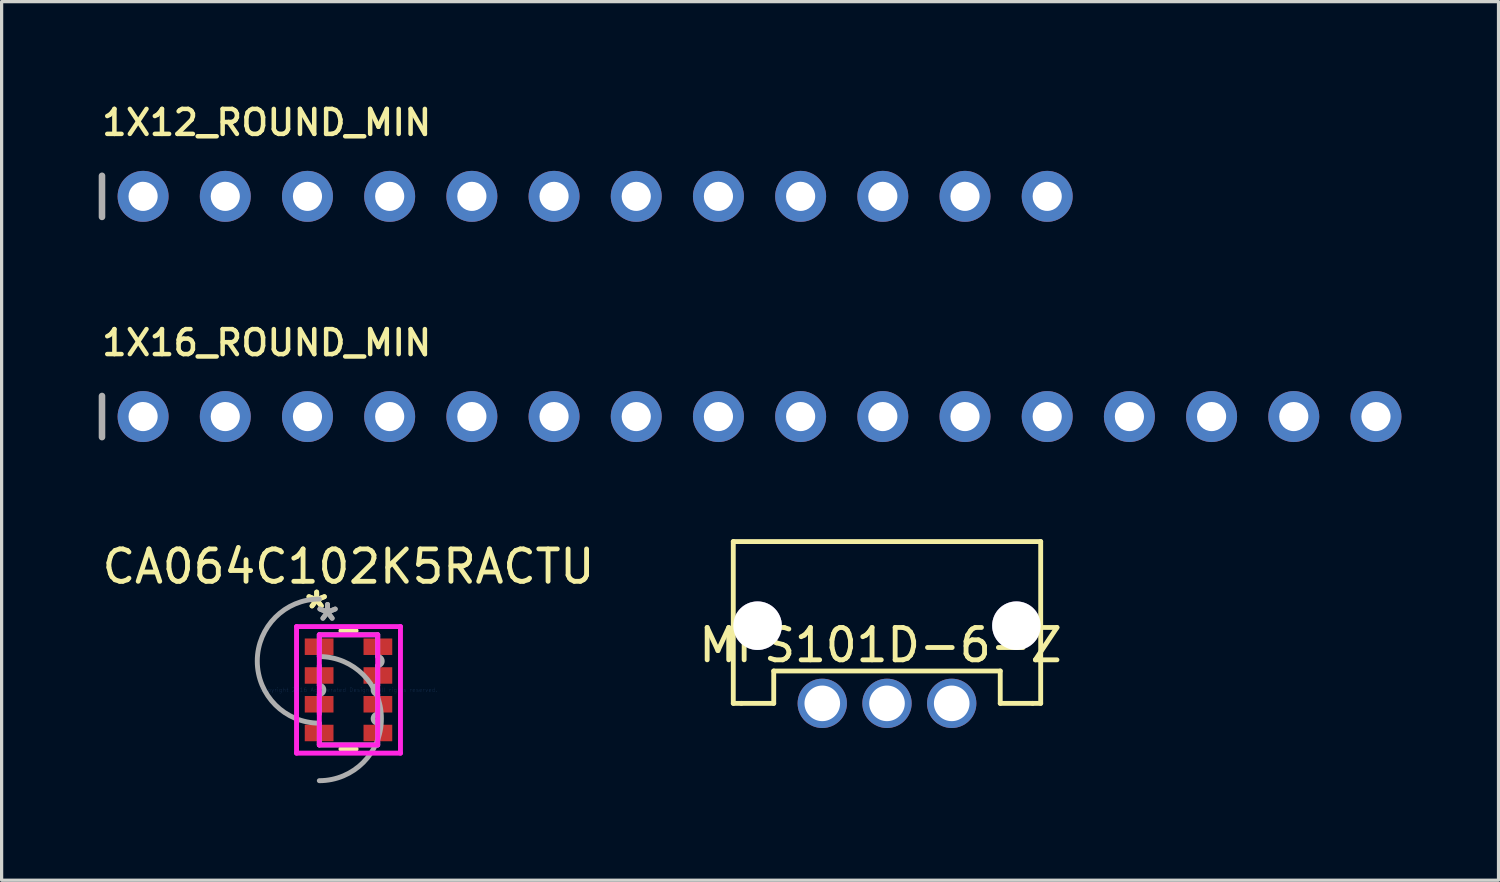
<source format=kicad_pcb>
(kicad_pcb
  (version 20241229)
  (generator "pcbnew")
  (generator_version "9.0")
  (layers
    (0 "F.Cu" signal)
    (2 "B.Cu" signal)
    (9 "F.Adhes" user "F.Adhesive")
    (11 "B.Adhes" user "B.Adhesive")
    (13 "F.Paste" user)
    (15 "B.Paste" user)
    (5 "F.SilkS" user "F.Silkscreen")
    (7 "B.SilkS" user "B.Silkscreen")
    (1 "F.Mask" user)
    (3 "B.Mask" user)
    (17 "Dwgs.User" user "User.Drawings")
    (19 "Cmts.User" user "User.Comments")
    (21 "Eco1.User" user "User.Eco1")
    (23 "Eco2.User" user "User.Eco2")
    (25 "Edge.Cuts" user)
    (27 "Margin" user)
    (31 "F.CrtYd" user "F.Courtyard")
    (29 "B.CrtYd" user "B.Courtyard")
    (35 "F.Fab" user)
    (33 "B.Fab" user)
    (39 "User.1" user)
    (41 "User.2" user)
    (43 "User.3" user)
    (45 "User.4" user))
  (footprint "CA064C102K5RACTU"
    (layer "F.Cu")
    (at 7.72 18.269)
    (property "Reference" "CA064C102K5RACTU" (at 0 -3.81 0) (layer "F.SilkS") (effects (font (size 1 1) (thickness 0.15))))
    (attr through_hole)
    (fp_line (start -0.234 1.829) (end 0.234 1.829) (stroke (width 0.152) (type solid)) (layer "F.SilkS"))
    (fp_line (start 0.234 -1.829) (end -0.234 -1.829) (stroke (width 0.152) (type solid)) (layer "F.SilkS"))
    (fp_line (start -1.606 -1.956) (end 1.606 -1.956) (stroke (width 0.152) (type solid)) (layer "F.CrtYd"))
    (fp_line (start -1.606 1.956) (end -1.606 -1.956) (stroke (width 0.152) (type solid)) (layer "F.CrtYd"))
    (fp_line (start -0.902 -1.702) (end 0.902 -1.702) (stroke (width 0.152) (type solid)) (layer "F.CrtYd"))
    (fp_line (start -0.902 1.702) (end -0.902 -1.702) (stroke (width 0.152) (type solid)) (layer "F.CrtYd"))
    (fp_line (start 0.902 -1.702) (end 0.902 1.702) (stroke (width 0.152) (type solid)) (layer "F.CrtYd"))
    (fp_line (start 0.902 1.702) (end -0.902 1.702) (stroke (width 0.152) (type solid)) (layer "F.CrtYd"))
    (fp_line (start 1.606 -1.956) (end 1.606 1.956) (stroke (width 0.152) (type solid)) (layer "F.CrtYd"))
    (fp_line (start 1.606 1.956) (end -1.606 1.956) (stroke (width 0.152) (type solid)) (layer "F.CrtYd"))
    (fp_line (start -0.902 -1.702) (end -0.902 -1.638) (stroke (width 0.152) (type solid)) (layer "F.Fab"))
    (fp_line (start -0.902 -1.638) (end -0.902 -1.029) (stroke (width 0.152) (type solid)) (layer "F.Fab"))
    (fp_line (start -0.902 -0.749) (end -0.902 -0.14) (stroke (width 0.152) (type solid)) (layer "F.Fab"))
    (fp_line (start -0.902 0.14) (end -0.902 0.749) (stroke (width 0.152) (type solid)) (layer "F.Fab"))
    (fp_line (start -0.902 1.029) (end -0.902 1.638) (stroke (width 0.152) (type solid)) (layer "F.Fab"))
    (fp_line (start -0.902 1.638) (end -0.902 1.702) (stroke (width 0.152) (type solid)) (layer "F.Fab"))
    (fp_line (start -0.902 1.702) (end 0.902 1.702) (stroke (width 0.152) (type solid)) (layer "F.Fab"))
    (fp_line (start 0.902 -1.702) (end -0.902 -1.702) (stroke (width 0.152) (type solid)) (layer "F.Fab"))
    (fp_line (start 0.902 -1.702) (end 0.902 -1.638) (stroke (width 0.152) (type solid)) (layer "F.Fab"))
    (fp_line (start 0.902 -1.638) (end 0.902 -1.029) (stroke (width 0.152) (type solid)) (layer "F.Fab"))
    (fp_line (start 0.902 -0.749) (end 0.902 -0.14) (stroke (width 0.152) (type solid)) (layer "F.Fab"))
    (fp_line (start 0.902 0.14) (end 0.902 0.749) (stroke (width 0.152) (type solid)) (layer "F.Fab"))
    (fp_line (start 0.902 1.029) (end 0.902 1.638) (stroke (width 0.152) (type solid)) (layer "F.Fab"))
    (fp_line (start 0.902 1.638) (end 0.902 1.702) (stroke (width 0.152) (type solid)) (layer "F.Fab"))
    (fp_arc (start -0.9017 -1.0287) (mid 1.016 0.889) (end -0.9017 2.8067) (stroke (width 0.1524) (type solid)) (layer "F.Fab"))
    (fp_arc (start -0.9017 -0.1397) (mid -0.762 0) (end -0.9017 0.1397) (stroke (width 0.1524) (type solid)) (layer "F.Fab"))
    (fp_arc (start -0.9017 1.0287) (mid -2.8194 -0.889) (end -0.9017 -2.8067) (stroke (width 0.1524) (type solid)) (layer "F.Fab"))
    (fp_arc (start 0.9017 -1.0287) (mid 1.0414 -0.889) (end 0.9017 -0.7493) (stroke (width 0.1524) (type solid)) (layer "F.Fab"))
    (fp_arc (start 0.9017 0.1397) (mid 0.762 0) (end 0.9017 -0.1397) (stroke (width 0.1524) (type solid)) (layer "F.Fab"))
    (fp_arc (start 0.9017 1.0287) (mid 0.762 0.889) (end 0.9017 0.7493) (stroke (width 0.1524) (type solid)) (layer "F.Fab"))
    (fp_text user "*" (at -0.984 -2.477 0) (layer "F.SilkS") (effects (font (size 1 1) (thickness 0.15))))
    (fp_text user "*" (at -0.984 -2.477 0) (layer "F.SilkS") (effects (font (size 1 1) (thickness 0.15))))
    (fp_text user "Copyright 2016 Accelerated Designs. All rights reserved." (at 0 0 0) (layer "Cmts.User") (effects (font (size 0.127 0.127) (thickness 0.002))))
    (fp_text user "*" (at -0.648 -2.096 0) (layer "F.Fab") (effects (font (size 1 1) (thickness 0.15))))
    (fp_text user "*" (at -0.648 -2.096 0) (layer "F.Fab") (effects (font (size 1 1) (thickness 0.15))))
    (pad "1" smd rect (at -0.908 -1.333) (size 0.888 0.51) (layers "F.Cu" "F.Mask" "F.Paste"))
    (pad "2" smd rect (at -0.908 -0.445) (size 0.888 0.51) (layers "F.Cu" "F.Mask" "F.Paste"))
    (pad "3" smd rect (at -0.908 0.445) (size 0.888 0.51) (layers "F.Cu" "F.Mask" "F.Paste"))
    (pad "4" smd rect (at -0.908 1.333) (size 0.888 0.51) (layers "F.Cu" "F.Mask" "F.Paste"))
    (pad "5" smd rect (at 0.908 1.333) (size 0.888 0.51) (layers "F.Cu" "F.Mask" "F.Paste"))
    (pad "6" smd rect (at 0.908 0.445) (size 0.888 0.51) (layers "F.Cu" "F.Mask" "F.Paste"))
    (pad "7" smd rect (at 0.908 -0.445) (size 0.888 0.51) (layers "F.Cu" "F.Mask" "F.Paste"))
    (pad "8" smd rect (at 0.908 -1.333) (size 0.888 0.51) (layers "F.Cu" "F.Mask" "F.Paste")))
  (footprint "MFS101D-6-Z"
    (layer "F.Cu")
    (at 24.361 18.686)
    (property "Reference" "MFS101D-6-Z" (at -0.2 -1.8 0) (layer "F.SilkS") (effects (font (size 1 1) (thickness 0.15))))
    (attr through_hole)
    (fp_line (start -4.75 -5) (end -4.75 0) (stroke (width 0.15) (type solid)) (layer "F.SilkS"))
    (fp_line (start -4.75 -5) (end 4.75 -5) (stroke (width 0.15) (type solid)) (layer "F.SilkS"))
    (fp_line (start -4.75 0) (end -4.5 0) (stroke (width 0.15) (type solid)) (layer "F.SilkS"))
    (fp_line (start -4.5 0) (end -3.5 0) (stroke (width 0.15) (type solid)) (layer "F.SilkS"))
    (fp_line (start -3.5 -1) (end 3.5 -1) (stroke (width 0.15) (type solid)) (layer "F.SilkS"))
    (fp_line (start -3.5 0) (end -3.5 -1) (stroke (width 0.15) (type solid)) (layer "F.SilkS"))
    (fp_line (start 3.5 -1) (end 3.5 0) (stroke (width 0.15) (type solid)) (layer "F.SilkS"))
    (fp_line (start 3.5 0) (end 4.5 0) (stroke (width 0.15) (type solid)) (layer "F.SilkS"))
    (fp_line (start 4.5 0) (end 4.75 0) (stroke (width 0.15) (type solid)) (layer "F.SilkS"))
    (fp_line (start 4.75 0) (end 4.75 -5) (stroke (width 0.15) (type solid)) (layer "F.SilkS"))
    (pad "" thru_hole circle (at -4 -2.4) (size 1.5 1.5) (drill 1.5) (layers "*.Cu" "*.Mask"))
    (pad "" thru_hole circle (at 4 -2.4) (size 1.5 1.5) (drill 1.5) (layers "*.Cu" "*.Mask"))
    (pad "1" thru_hole circle (at 2 0) (size 1.524 1.524) (drill 1.1) (layers "*.Cu" "*.Mask"))
    (pad "2" thru_hole circle (at 0 0) (size 1.524 1.524) (drill 1.1) (layers "*.Cu" "*.Mask"))
    (pad "3" thru_hole circle (at -2 0) (size 1.524 1.524) (drill 1.1) (layers "*.Cu" "*.Mask")))
  (footprint "1X12_ROUND_MIN"
    (layer "F.Cu")
    (at 15.342 3.018)
    (property "Reference" "1X12_ROUND_MIN" (at -15.316 -1.829 0) (layer "F.SilkS") (effects (font (size 0.772 0.772) (thickness 0.139)) (justify left bottom)))
    (attr through_hole)
    (fp_line (start -15.24 -0.635) (end -15.24 0.635) (stroke (width 0.203) (type solid)) (layer "F.Fab"))
    (fp_poly (pts (xy -14.224 0.254) (xy -13.716 0.254) (xy -13.716 -0.254) (xy -14.224 -0.254)) (stroke (width 0.1) (type solid)) (fill no) (layer "F.Fab"))
    (fp_poly (pts (xy -11.684 0.254) (xy -11.176 0.254) (xy -11.176 -0.254) (xy -11.684 -0.254)) (stroke (width 0.1) (type solid)) (fill no) (layer "F.Fab"))
    (fp_poly (pts (xy -9.144 0.254) (xy -8.636 0.254) (xy -8.636 -0.254) (xy -9.144 -0.254)) (stroke (width 0.1) (type solid)) (fill no) (layer "F.Fab"))
    (fp_poly (pts (xy -6.604 0.254) (xy -6.096 0.254) (xy -6.096 -0.254) (xy -6.604 -0.254)) (stroke (width 0.1) (type solid)) (fill no) (layer "F.Fab"))
    (fp_poly (pts (xy -4.064 0.254) (xy -3.556 0.254) (xy -3.556 -0.254) (xy -4.064 -0.254)) (stroke (width 0.1) (type solid)) (fill no) (layer "F.Fab"))
    (fp_poly (pts (xy -1.524 0.254) (xy -1.016 0.254) (xy -1.016 -0.254) (xy -1.524 -0.254)) (stroke (width 0.1) (type solid)) (fill no) (layer "F.Fab"))
    (fp_poly (pts (xy 1.016 0.254) (xy 1.524 0.254) (xy 1.524 -0.254) (xy 1.016 -0.254)) (stroke (width 0.1) (type solid)) (fill no) (layer "F.Fab"))
    (fp_poly (pts (xy 3.556 0.254) (xy 4.064 0.254) (xy 4.064 -0.254) (xy 3.556 -0.254)) (stroke (width 0.1) (type solid)) (fill no) (layer "F.Fab"))
    (fp_poly (pts (xy 6.096 0.254) (xy 6.604 0.254) (xy 6.604 -0.254) (xy 6.096 -0.254)) (stroke (width 0.1) (type solid)) (fill no) (layer "F.Fab"))
    (fp_poly (pts (xy 8.636 0.254) (xy 9.144 0.254) (xy 9.144 -0.254) (xy 8.636 -0.254)) (stroke (width 0.1) (type solid)) (fill no) (layer "F.Fab"))
    (fp_poly (pts (xy 11.176 0.254) (xy 11.684 0.254) (xy 11.684 -0.254) (xy 11.176 -0.254)) (stroke (width 0.1) (type solid)) (fill no) (layer "F.Fab"))
    (fp_poly (pts (xy 13.716 0.254) (xy 14.224 0.254) (xy 14.224 -0.254) (xy 13.716 -0.254)) (stroke (width 0.1) (type solid)) (fill no) (layer "F.Fab"))
    (pad "1" thru_hole circle (at -13.97 0 90) (size 1.575 1.575) (drill 0.9) (layers "*.Cu" "*.Mask"))
    (pad "2" thru_hole circle (at -11.43 0 90) (size 1.575 1.575) (drill 0.9) (layers "*.Cu" "*.Mask"))
    (pad "3" thru_hole circle (at -8.89 0 90) (size 1.575 1.575) (drill 0.9) (layers "*.Cu" "*.Mask"))
    (pad "4" thru_hole circle (at -6.35 0 90) (size 1.575 1.575) (drill 0.9) (layers "*.Cu" "*.Mask"))
    (pad "5" thru_hole circle (at -3.81 0 90) (size 1.575 1.575) (drill 0.9) (layers "*.Cu" "*.Mask"))
    (pad "6" thru_hole circle (at -1.27 0 90) (size 1.575 1.575) (drill 0.9) (layers "*.Cu" "*.Mask"))
    (pad "7" thru_hole circle (at 1.27 0 90) (size 1.575 1.575) (drill 0.9) (layers "*.Cu" "*.Mask"))
    (pad "8" thru_hole circle (at 3.81 0 90) (size 1.575 1.575) (drill 0.9) (layers "*.Cu" "*.Mask"))
    (pad "9" thru_hole circle (at 6.35 0 90) (size 1.575 1.575) (drill 0.9) (layers "*.Cu" "*.Mask"))
    (pad "10" thru_hole circle (at 8.89 0 90) (size 1.575 1.575) (drill 0.9) (layers "*.Cu" "*.Mask"))
    (pad "11" thru_hole circle (at 11.43 0 90) (size 1.575 1.575) (drill 0.9) (layers "*.Cu" "*.Mask"))
    (pad "12" thru_hole circle (at 13.97 0 90) (size 1.575 1.575) (drill 0.9) (layers "*.Cu" "*.Mask")))
  (footprint "1X16_ROUND_MIN"
    (layer "F.Cu")
    (at 20.422 9.823)
    (property "Reference" "1X16_ROUND_MIN" (at -20.396 -1.829 180) (layer "F.SilkS") (effects (font (size 0.772 0.772) (thickness 0.139)) (justify left bottom)))
    (attr through_hole)
    (fp_line (start -20.32 -0.635) (end -20.32 0.635) (stroke (width 0.203) (type solid)) (layer "F.Fab"))
    (fp_poly (pts (xy -19.304 0.254) (xy -18.796 0.254) (xy -18.796 -0.254) (xy -19.304 -0.254)) (stroke (width 0.1) (type solid)) (fill no) (layer "F.Fab"))
    (fp_poly (pts (xy -16.764 0.254) (xy -16.256 0.254) (xy -16.256 -0.254) (xy -16.764 -0.254)) (stroke (width 0.1) (type solid)) (fill no) (layer "F.Fab"))
    (fp_poly (pts (xy -14.224 0.254) (xy -13.716 0.254) (xy -13.716 -0.254) (xy -14.224 -0.254)) (stroke (width 0.1) (type solid)) (fill no) (layer "F.Fab"))
    (fp_poly (pts (xy -11.684 0.254) (xy -11.176 0.254) (xy -11.176 -0.254) (xy -11.684 -0.254)) (stroke (width 0.1) (type solid)) (fill no) (layer "F.Fab"))
    (fp_poly (pts (xy -9.144 0.254) (xy -8.636 0.254) (xy -8.636 -0.254) (xy -9.144 -0.254)) (stroke (width 0.1) (type solid)) (fill no) (layer "F.Fab"))
    (fp_poly (pts (xy -6.604 0.254) (xy -6.096 0.254) (xy -6.096 -0.254) (xy -6.604 -0.254)) (stroke (width 0.1) (type solid)) (fill no) (layer "F.Fab"))
    (fp_poly (pts (xy -4.064 0.254) (xy -3.556 0.254) (xy -3.556 -0.254) (xy -4.064 -0.254)) (stroke (width 0.1) (type solid)) (fill no) (layer "F.Fab"))
    (fp_poly (pts (xy -1.524 0.254) (xy -1.016 0.254) (xy -1.016 -0.254) (xy -1.524 -0.254)) (stroke (width 0.1) (type solid)) (fill no) (layer "F.Fab"))
    (fp_poly (pts (xy 1.016 0.254) (xy 1.524 0.254) (xy 1.524 -0.254) (xy 1.016 -0.254)) (stroke (width 0.1) (type solid)) (fill no) (layer "F.Fab"))
    (fp_poly (pts (xy 3.556 0.254) (xy 4.064 0.254) (xy 4.064 -0.254) (xy 3.556 -0.254)) (stroke (width 0.1) (type solid)) (fill no) (layer "F.Fab"))
    (fp_poly (pts (xy 6.096 0.254) (xy 6.604 0.254) (xy 6.604 -0.254) (xy 6.096 -0.254)) (stroke (width 0.1) (type solid)) (fill no) (layer "F.Fab"))
    (fp_poly (pts (xy 8.636 0.254) (xy 9.144 0.254) (xy 9.144 -0.254) (xy 8.636 -0.254)) (stroke (width 0.1) (type solid)) (fill no) (layer "F.Fab"))
    (fp_poly (pts (xy 11.176 0.254) (xy 11.684 0.254) (xy 11.684 -0.254) (xy 11.176 -0.254)) (stroke (width 0.1) (type solid)) (fill no) (layer "F.Fab"))
    (fp_poly (pts (xy 13.716 0.254) (xy 14.224 0.254) (xy 14.224 -0.254) (xy 13.716 -0.254)) (stroke (width 0.1) (type solid)) (fill no) (layer "F.Fab"))
    (fp_poly (pts (xy 16.256 0.254) (xy 16.764 0.254) (xy 16.764 -0.254) (xy 16.256 -0.254)) (stroke (width 0.1) (type solid)) (fill no) (layer "F.Fab"))
    (fp_poly (pts (xy 18.796 0.254) (xy 19.304 0.254) (xy 19.304 -0.254) (xy 18.796 -0.254)) (stroke (width 0.1) (type solid)) (fill no) (layer "F.Fab"))
    (pad "1" thru_hole circle (at -19.05 0 90) (size 1.575 1.575) (drill 0.9) (layers "*.Cu" "*.Mask"))
    (pad "2" thru_hole circle (at -16.51 0 90) (size 1.575 1.575) (drill 0.9) (layers "*.Cu" "*.Mask"))
    (pad "3" thru_hole circle (at -13.97 0 90) (size 1.575 1.575) (drill 0.9) (layers "*.Cu" "*.Mask"))
    (pad "4" thru_hole circle (at -11.43 0 90) (size 1.575 1.575) (drill 0.9) (layers "*.Cu" "*.Mask"))
    (pad "5" thru_hole circle (at -8.89 0 90) (size 1.575 1.575) (drill 0.9) (layers "*.Cu" "*.Mask"))
    (pad "6" thru_hole circle (at -6.35 0 90) (size 1.575 1.575) (drill 0.9) (layers "*.Cu" "*.Mask"))
    (pad "7" thru_hole circle (at -3.81 0 90) (size 1.575 1.575) (drill 0.9) (layers "*.Cu" "*.Mask"))
    (pad "8" thru_hole circle (at -1.27 0 90) (size 1.575 1.575) (drill 0.9) (layers "*.Cu" "*.Mask"))
    (pad "9" thru_hole circle (at 1.27 0 90) (size 1.575 1.575) (drill 0.9) (layers "*.Cu" "*.Mask"))
    (pad "10" thru_hole circle (at 3.81 0 90) (size 1.575 1.575) (drill 0.9) (layers "*.Cu" "*.Mask"))
    (pad "11" thru_hole circle (at 6.35 0 90) (size 1.575 1.575) (drill 0.9) (layers "*.Cu" "*.Mask"))
    (pad "12" thru_hole circle (at 8.89 0 90) (size 1.575 1.575) (drill 0.9) (layers "*.Cu" "*.Mask"))
    (pad "13" thru_hole circle (at 11.43 0 90) (size 1.575 1.575) (drill 0.9) (layers "*.Cu" "*.Mask"))
    (pad "14" thru_hole circle (at 13.97 0 90) (size 1.575 1.575) (drill 0.9) (layers "*.Cu" "*.Mask"))
    (pad "15" thru_hole circle (at 16.51 0 90) (size 1.575 1.575) (drill 0.9) (layers "*.Cu" "*.Mask"))
    (pad "16" thru_hole circle (at 19.05 0 90) (size 1.575 1.575) (drill 0.9) (layers "*.Cu" "*.Mask")))
  (gr_rect
    (start -3 -3)
    (end 43.259 24.152)
    (stroke (width 0.1) (type default))
    (fill no)
    (layer "Edge.Cuts")))
</source>
